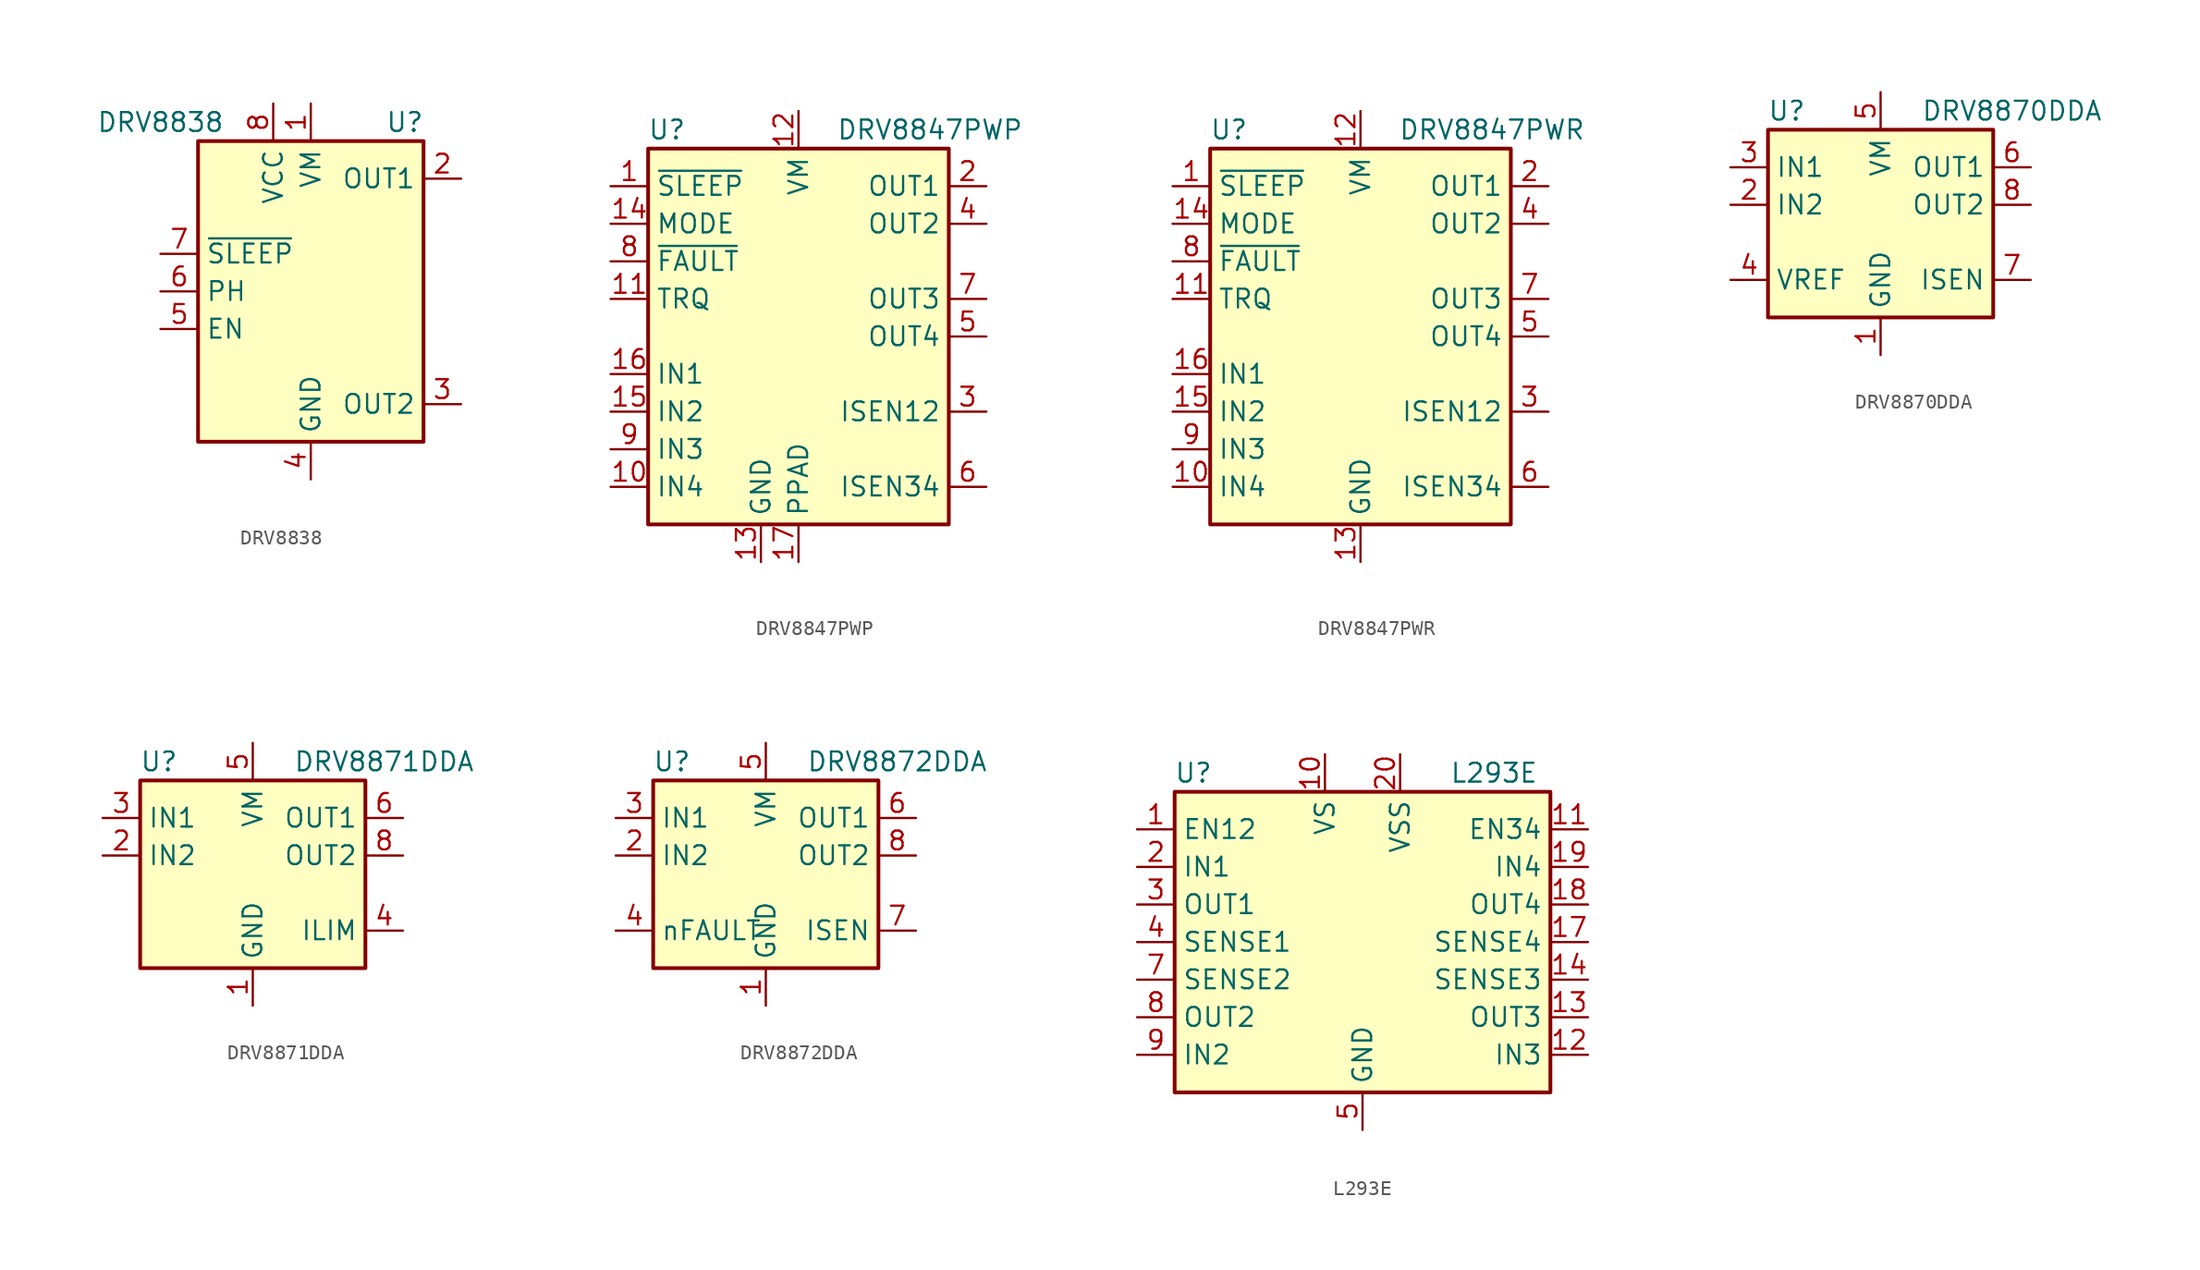
<source format=kicad_sym>
(kicad_symbol_lib
  (version 20211014)
  (generator kicad_symbol_editor)
  (symbol "DRV8838"
    (property "Reference" "U"
      (at 6.35 11.43 0)
      (effects (font (size 1.27 1.27))))
    (property "Value" "DRV8838"
      (at -10.16 11.43 0)
      (effects (font (size 1.27 1.27))))
    (symbol "DRV8838_0_1"
      (rectangle (start -7.62 10.16) (end 7.62 -10.16) (stroke (width 0.254) (type default) (color 0 0 0 0)) (fill (type background))))
    (symbol "DRV8838_1_1"
      (pin power_in line (at 0 12.7 270) (length 2.54) (name "VM" (effects (font (size 1.27 1.27)))) (number "1" (effects (font (size 1.27 1.27)))))
      (pin output line (at 10.16 7.62 180) (length 2.54) (name "OUT1" (effects (font (size 1.27 1.27)))) (number "2" (effects (font (size 1.27 1.27)))))
      (pin output line (at 10.16 -7.62 180) (length 2.54) (name "OUT2" (effects (font (size 1.27 1.27)))) (number "3" (effects (font (size 1.27 1.27)))))
      (pin power_in line (at 0 -12.7 90) (length 2.54) (name "GND" (effects (font (size 1.27 1.27)))) (number "4" (effects (font (size 1.27 1.27)))))
      (pin input line (at -10.16 -2.54 0) (length 2.54) (name "EN" (effects (font (size 1.27 1.27)))) (number "5" (effects (font (size 1.27 1.27)))))
      (pin input line (at -10.16 0 0) (length 2.54) (name "PH" (effects (font (size 1.27 1.27)))) (number "6" (effects (font (size 1.27 1.27)))))
      (pin input line (at -10.16 2.54 0) (length 2.54) (name "~{SLEEP}" (effects (font (size 1.27 1.27)))) (number "7" (effects (font (size 1.27 1.27)))))
      (pin power_in line (at -2.54 12.7 270) (length 2.54) (name "VCC" (effects (font (size 1.27 1.27)))) (number "8" (effects (font (size 1.27 1.27)))))
      (pin passive line (at 0 -12.7 90) (length 2.54) hide (name "GND" (effects (font (size 1.27 1.27)))) (number "9" (effects (font (size 1.27 1.27)))))))
  (symbol "DRV8847PWP"
    (property "Reference" "U"
      (at -8.89 13.97 0)
      (effects (font (size 1.27 1.27))))
    (property "Value" "DRV8847PWP"
      (at 8.89 13.97 0)
      (effects (font (size 1.27 1.27))))
    (symbol "DRV8847PWP_0_1"
      (rectangle (start -10.16 -12.7) (end 10.16 12.7) (stroke (width 0.254) (type default) (color 0 0 0 0)) (fill (type background))))
    (symbol "DRV8847PWP_1_1"
      (pin input line (at -12.7 10.16 0) (length 2.54) (name "~{SLEEP}" (effects (font (size 1.27 1.27)))) (number "1" (effects (font (size 1.27 1.27)))))
      (pin input line (at -12.7 -10.16 0) (length 2.54) (name "IN4" (effects (font (size 1.27 1.27)))) (number "10" (effects (font (size 1.27 1.27)))))
      (pin input line (at -12.7 2.54 0) (length 2.54) (name "TRQ" (effects (font (size 1.27 1.27)))) (number "11" (effects (font (size 1.27 1.27)))))
      (pin power_in line (at 0 15.24 270) (length 2.54) (name "VM" (effects (font (size 1.27 1.27)))) (number "12" (effects (font (size 1.27 1.27)))))
      (pin power_in line (at -2.54 -15.24 90) (length 2.54) (name "GND" (effects (font (size 1.27 1.27)))) (number "13" (effects (font (size 1.27 1.27)))))
      (pin input line (at -12.7 7.62 0) (length 2.54) (name "MODE" (effects (font (size 1.27 1.27)))) (number "14" (effects (font (size 1.27 1.27)))))
      (pin input line (at -12.7 -5.08 0) (length 2.54) (name "IN2" (effects (font (size 1.27 1.27)))) (number "15" (effects (font (size 1.27 1.27)))))
      (pin input line (at -12.7 -2.54 0) (length 2.54) (name "IN1" (effects (font (size 1.27 1.27)))) (number "16" (effects (font (size 1.27 1.27)))))
      (pin power_in line (at 0 -15.24 90) (length 2.54) (name "PPAD" (effects (font (size 1.27 1.27)))) (number "17" (effects (font (size 1.27 1.27)))))
      (pin output line (at 12.7 10.16 180) (length 2.54) (name "OUT1" (effects (font (size 1.27 1.27)))) (number "2" (effects (font (size 1.27 1.27)))))
      (pin passive line (at 12.7 -5.08 180) (length 2.54) (name "ISEN12" (effects (font (size 1.27 1.27)))) (number "3" (effects (font (size 1.27 1.27)))))
      (pin output line (at 12.7 7.62 180) (length 2.54) (name "OUT2" (effects (font (size 1.27 1.27)))) (number "4" (effects (font (size 1.27 1.27)))))
      (pin output line (at 12.7 0 180) (length 2.54) (name "OUT4" (effects (font (size 1.27 1.27)))) (number "5" (effects (font (size 1.27 1.27)))))
      (pin passive line (at 12.7 -10.16 180) (length 2.54) (name "ISEN34" (effects (font (size 1.27 1.27)))) (number "6" (effects (font (size 1.27 1.27)))))
      (pin output line (at 12.7 2.54 180) (length 2.54) (name "OUT3" (effects (font (size 1.27 1.27)))) (number "7" (effects (font (size 1.27 1.27)))))
      (pin open_collector line (at -12.7 5.08 0) (length 2.54) (name "~{FAULT}" (effects (font (size 1.27 1.27)))) (number "8" (effects (font (size 1.27 1.27)))))
      (pin input line (at -12.7 -7.62 0) (length 2.54) (name "IN3" (effects (font (size 1.27 1.27)))) (number "9" (effects (font (size 1.27 1.27)))))))
  (symbol "DRV8847PWR"
    (property "Reference" "U"
      (at -8.89 13.97 0)
      (effects (font (size 1.27 1.27))))
    (property "Value" "DRV8847PWR"
      (at 8.89 13.97 0)
      (effects (font (size 1.27 1.27))))
    (symbol "DRV8847PWR_0_1"
      (rectangle (start -10.16 -12.7) (end 10.16 12.7) (stroke (width 0.254) (type default) (color 0 0 0 0)) (fill (type background))))
    (symbol "DRV8847PWR_1_1"
      (pin input line (at -12.7 10.16 0) (length 2.54) (name "~{SLEEP}" (effects (font (size 1.27 1.27)))) (number "1" (effects (font (size 1.27 1.27)))))
      (pin input line (at -12.7 -10.16 0) (length 2.54) (name "IN4" (effects (font (size 1.27 1.27)))) (number "10" (effects (font (size 1.27 1.27)))))
      (pin input line (at -12.7 2.54 0) (length 2.54) (name "TRQ" (effects (font (size 1.27 1.27)))) (number "11" (effects (font (size 1.27 1.27)))))
      (pin power_in line (at 0 15.24 270) (length 2.54) (name "VM" (effects (font (size 1.27 1.27)))) (number "12" (effects (font (size 1.27 1.27)))))
      (pin power_in line (at 0 -15.24 90) (length 2.54) (name "GND" (effects (font (size 1.27 1.27)))) (number "13" (effects (font (size 1.27 1.27)))))
      (pin input line (at -12.7 7.62 0) (length 2.54) (name "MODE" (effects (font (size 1.27 1.27)))) (number "14" (effects (font (size 1.27 1.27)))))
      (pin input line (at -12.7 -5.08 0) (length 2.54) (name "IN2" (effects (font (size 1.27 1.27)))) (number "15" (effects (font (size 1.27 1.27)))))
      (pin input line (at -12.7 -2.54 0) (length 2.54) (name "IN1" (effects (font (size 1.27 1.27)))) (number "16" (effects (font (size 1.27 1.27)))))
      (pin output line (at 12.7 10.16 180) (length 2.54) (name "OUT1" (effects (font (size 1.27 1.27)))) (number "2" (effects (font (size 1.27 1.27)))))
      (pin passive line (at 12.7 -5.08 180) (length 2.54) (name "ISEN12" (effects (font (size 1.27 1.27)))) (number "3" (effects (font (size 1.27 1.27)))))
      (pin output line (at 12.7 7.62 180) (length 2.54) (name "OUT2" (effects (font (size 1.27 1.27)))) (number "4" (effects (font (size 1.27 1.27)))))
      (pin output line (at 12.7 0 180) (length 2.54) (name "OUT4" (effects (font (size 1.27 1.27)))) (number "5" (effects (font (size 1.27 1.27)))))
      (pin passive line (at 12.7 -10.16 180) (length 2.54) (name "ISEN34" (effects (font (size 1.27 1.27)))) (number "6" (effects (font (size 1.27 1.27)))))
      (pin output line (at 12.7 2.54 180) (length 2.54) (name "OUT3" (effects (font (size 1.27 1.27)))) (number "7" (effects (font (size 1.27 1.27)))))
      (pin open_collector line (at -12.7 5.08 0) (length 2.54) (name "~{FAULT}" (effects (font (size 1.27 1.27)))) (number "8" (effects (font (size 1.27 1.27)))))
      (pin input line (at -12.7 -7.62 0) (length 2.54) (name "IN3" (effects (font (size 1.27 1.27)))) (number "9" (effects (font (size 1.27 1.27)))))))
  (symbol "DRV8870DDA"
    (property "Reference" "U"
      (at -6.35 6.35 0)
      (effects (font (size 1.27 1.27))))
    (property "Value" "DRV8870DDA"
      (at 8.89 6.35 0)
      (effects (font (size 1.27 1.27))))
    (symbol "DRV8870DDA_0_1"
      (rectangle (start -7.62 5.08) (end 7.62 -7.62) (stroke (width 0.254) (type default) (color 0 0 0 0)) (fill (type background))))
    (symbol "DRV8870DDA_1_1"
      (pin power_in line (at 0 -10.16 90) (length 2.54) (name "GND" (effects (font (size 1.27 1.27)))) (number "1" (effects (font (size 1.27 1.27)))))
      (pin input line (at -10.16 0 0) (length 2.54) (name "IN2" (effects (font (size 1.27 1.27)))) (number "2" (effects (font (size 1.27 1.27)))))
      (pin input line (at -10.16 2.54 0) (length 2.54) (name "IN1" (effects (font (size 1.27 1.27)))) (number "3" (effects (font (size 1.27 1.27)))))
      (pin input line (at -10.16 -5.08 0) (length 2.54) (name "VREF" (effects (font (size 1.27 1.27)))) (number "4" (effects (font (size 1.27 1.27)))))
      (pin power_in line (at 0 7.62 270) (length 2.54) (name "VM" (effects (font (size 1.27 1.27)))) (number "5" (effects (font (size 1.27 1.27)))))
      (pin output line (at 10.16 2.54 180) (length 2.54) (name "OUT1" (effects (font (size 1.27 1.27)))) (number "6" (effects (font (size 1.27 1.27)))))
      (pin passive line (at 10.16 -5.08 180) (length 2.54) (name "ISEN" (effects (font (size 1.27 1.27)))) (number "7" (effects (font (size 1.27 1.27)))))
      (pin output line (at 10.16 0 180) (length 2.54) (name "OUT2" (effects (font (size 1.27 1.27)))) (number "8" (effects (font (size 1.27 1.27)))))
      (pin passive line (at 0 -10.16 90) (length 2.54) hide (name "GND" (effects (font (size 1.27 1.27)))) (number "9" (effects (font (size 1.27 1.27)))))))
  (symbol "DRV8871DDA"
    (property "Reference" "U"
      (at -6.35 6.35 0)
      (effects (font (size 1.27 1.27))))
    (property "Value" "DRV8871DDA"
      (at 8.89 6.35 0)
      (effects (font (size 1.27 1.27))))
    (symbol "DRV8871DDA_0_1"
      (rectangle (start -7.62 5.08) (end 7.62 -7.62) (stroke (width 0.254) (type default) (color 0 0 0 0)) (fill (type background))))
    (symbol "DRV8871DDA_1_1"
      (pin power_in line (at 0 -10.16 90) (length 2.54) (name "GND" (effects (font (size 1.27 1.27)))) (number "1" (effects (font (size 1.27 1.27)))))
      (pin input line (at -10.16 0 0) (length 2.54) (name "IN2" (effects (font (size 1.27 1.27)))) (number "2" (effects (font (size 1.27 1.27)))))
      (pin input line (at -10.16 2.54 0) (length 2.54) (name "IN1" (effects (font (size 1.27 1.27)))) (number "3" (effects (font (size 1.27 1.27)))))
      (pin passive line (at 10.16 -5.08 180) (length 2.54) (name "ILIM" (effects (font (size 1.27 1.27)))) (number "4" (effects (font (size 1.27 1.27)))))
      (pin power_in line (at 0 7.62 270) (length 2.54) (name "VM" (effects (font (size 1.27 1.27)))) (number "5" (effects (font (size 1.27 1.27)))))
      (pin output line (at 10.16 2.54 180) (length 2.54) (name "OUT1" (effects (font (size 1.27 1.27)))) (number "6" (effects (font (size 1.27 1.27)))))
      (pin passive line (at 0 -10.16 90) (length 2.54) hide (name "GND" (effects (font (size 1.27 1.27)))) (number "7" (effects (font (size 1.27 1.27)))))
      (pin output line (at 10.16 0 180) (length 2.54) (name "OUT2" (effects (font (size 1.27 1.27)))) (number "8" (effects (font (size 1.27 1.27)))))
      (pin passive line (at 0 -10.16 90) (length 2.54) hide (name "GND" (effects (font (size 1.27 1.27)))) (number "9" (effects (font (size 1.27 1.27)))))))
  (symbol "DRV8872DDA"
    (property "Reference" "U"
      (at -6.35 6.35 0)
      (effects (font (size 1.27 1.27))))
    (property "Value" "DRV8872DDA"
      (at 8.89 6.35 0)
      (effects (font (size 1.27 1.27))))
    (symbol "DRV8872DDA_0_1"
      (rectangle (start -7.62 5.08) (end 7.62 -7.62) (stroke (width 0.254) (type default) (color 0 0 0 0)) (fill (type background))))
    (symbol "DRV8872DDA_1_1"
      (pin power_in line (at 0 -10.16 90) (length 2.54) (name "GND" (effects (font (size 1.27 1.27)))) (number "1" (effects (font (size 1.27 1.27)))))
      (pin input line (at -10.16 0 0) (length 2.54) (name "IN2" (effects (font (size 1.27 1.27)))) (number "2" (effects (font (size 1.27 1.27)))))
      (pin input line (at -10.16 2.54 0) (length 2.54) (name "IN1" (effects (font (size 1.27 1.27)))) (number "3" (effects (font (size 1.27 1.27)))))
      (pin open_collector line (at -10.16 -5.08 0) (length 2.54) (name "nFAULT" (effects (font (size 1.27 1.27)))) (number "4" (effects (font (size 1.27 1.27)))))
      (pin power_in line (at 0 7.62 270) (length 2.54) (name "VM" (effects (font (size 1.27 1.27)))) (number "5" (effects (font (size 1.27 1.27)))))
      (pin output line (at 10.16 2.54 180) (length 2.54) (name "OUT1" (effects (font (size 1.27 1.27)))) (number "6" (effects (font (size 1.27 1.27)))))
      (pin passive line (at 10.16 -5.08 180) (length 2.54) (name "ISEN" (effects (font (size 1.27 1.27)))) (number "7" (effects (font (size 1.27 1.27)))))
      (pin output line (at 10.16 0 180) (length 2.54) (name "OUT2" (effects (font (size 1.27 1.27)))) (number "8" (effects (font (size 1.27 1.27)))))
      (pin passive line (at 0 -10.16 90) (length 2.54) hide (name "GND" (effects (font (size 1.27 1.27)))) (number "9" (effects (font (size 1.27 1.27)))))))
  (symbol "L293E"
    (property "Reference" "U"
      (at -11.43 11.43 0)
      (effects (font (size 1.27 1.27))))
    (property "Value" "L293E"
      (at 8.89 11.43 0)
      (effects (font (size 1.27 1.27))))
    (symbol "L293E_0_1"
      (rectangle (start -12.7 10.16) (end 12.7 -10.16) (stroke (width 0.254) (type default) (color 0 0 0 0)) (fill (type background))))
    (symbol "L293E_1_1"
      (pin input line (at -15.24 7.62 0) (length 2.54) (name "EN12" (effects (font (size 1.27 1.27)))) (number "1" (effects (font (size 1.27 1.27)))))
      (pin power_in line (at -2.54 12.7 270) (length 2.54) (name "VS" (effects (font (size 1.27 1.27)))) (number "10" (effects (font (size 1.27 1.27)))))
      (pin input line (at 15.24 7.62 180) (length 2.54) (name "EN34" (effects (font (size 1.27 1.27)))) (number "11" (effects (font (size 1.27 1.27)))))
      (pin input line (at 15.24 -7.62 180) (length 2.54) (name "IN3" (effects (font (size 1.27 1.27)))) (number "12" (effects (font (size 1.27 1.27)))))
      (pin output line (at 15.24 -5.08 180) (length 2.54) (name "OUT3" (effects (font (size 1.27 1.27)))) (number "13" (effects (font (size 1.27 1.27)))))
      (pin passive line (at 15.24 -2.54 180) (length 2.54) (name "SENSE3" (effects (font (size 1.27 1.27)))) (number "14" (effects (font (size 1.27 1.27)))))
      (pin passive line (at 0 -12.7 90) (length 2.54) hide (name "GND" (effects (font (size 1.27 1.27)))) (number "15" (effects (font (size 1.27 1.27)))))
      (pin passive line (at 0 -12.7 90) (length 2.54) hide (name "GND" (effects (font (size 1.27 1.27)))) (number "16" (effects (font (size 1.27 1.27)))))
      (pin passive line (at 15.24 0 180) (length 2.54) (name "SENSE4" (effects (font (size 1.27 1.27)))) (number "17" (effects (font (size 1.27 1.27)))))
      (pin output line (at 15.24 2.54 180) (length 2.54) (name "OUT4" (effects (font (size 1.27 1.27)))) (number "18" (effects (font (size 1.27 1.27)))))
      (pin input line (at 15.24 5.08 180) (length 2.54) (name "IN4" (effects (font (size 1.27 1.27)))) (number "19" (effects (font (size 1.27 1.27)))))
      (pin input line (at -15.24 5.08 0) (length 2.54) (name "IN1" (effects (font (size 1.27 1.27)))) (number "2" (effects (font (size 1.27 1.27)))))
      (pin power_in line (at 2.54 12.7 270) (length 2.54) (name "VSS" (effects (font (size 1.27 1.27)))) (number "20" (effects (font (size 1.27 1.27)))))
      (pin output line (at -15.24 2.54 0) (length 2.54) (name "OUT1" (effects (font (size 1.27 1.27)))) (number "3" (effects (font (size 1.27 1.27)))))
      (pin passive line (at -15.24 0 0) (length 2.54) (name "SENSE1" (effects (font (size 1.27 1.27)))) (number "4" (effects (font (size 1.27 1.27)))))
      (pin power_in line (at 0 -12.7 90) (length 2.54) (name "GND" (effects (font (size 1.27 1.27)))) (number "5" (effects (font (size 1.27 1.27)))))
      (pin passive line (at 0 -12.7 90) (length 2.54) hide (name "GND" (effects (font (size 1.27 1.27)))) (number "6" (effects (font (size 1.27 1.27)))))
      (pin passive line (at -15.24 -2.54 0) (length 2.54) (name "SENSE2" (effects (font (size 1.27 1.27)))) (number "7" (effects (font (size 1.27 1.27)))))
      (pin output line (at -15.24 -5.08 0) (length 2.54) (name "OUT2" (effects (font (size 1.27 1.27)))) (number "8" (effects (font (size 1.27 1.27)))))
      (pin input line (at -15.24 -7.62 0) (length 2.54) (name "IN2" (effects (font (size 1.27 1.27)))) (number "9" (effects (font (size 1.27 1.27))))))))
</source>
